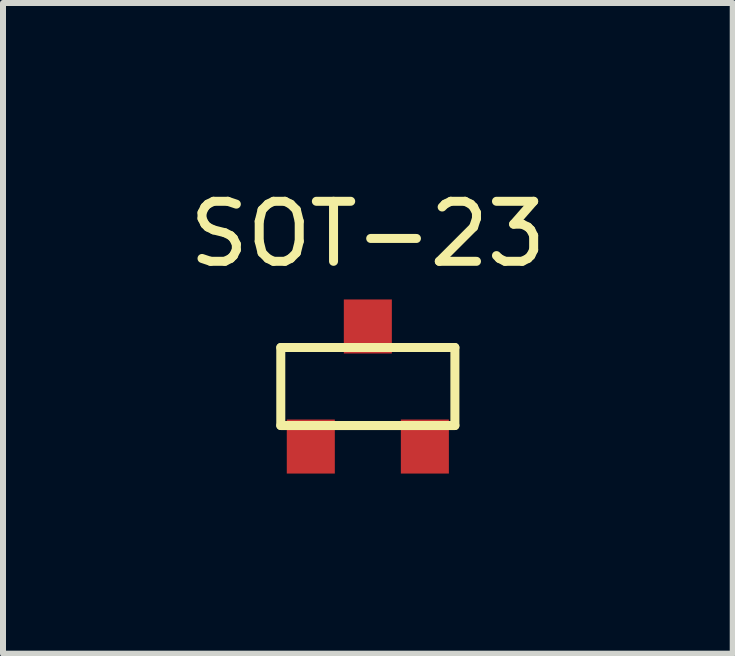
<source format=kicad_pcb>
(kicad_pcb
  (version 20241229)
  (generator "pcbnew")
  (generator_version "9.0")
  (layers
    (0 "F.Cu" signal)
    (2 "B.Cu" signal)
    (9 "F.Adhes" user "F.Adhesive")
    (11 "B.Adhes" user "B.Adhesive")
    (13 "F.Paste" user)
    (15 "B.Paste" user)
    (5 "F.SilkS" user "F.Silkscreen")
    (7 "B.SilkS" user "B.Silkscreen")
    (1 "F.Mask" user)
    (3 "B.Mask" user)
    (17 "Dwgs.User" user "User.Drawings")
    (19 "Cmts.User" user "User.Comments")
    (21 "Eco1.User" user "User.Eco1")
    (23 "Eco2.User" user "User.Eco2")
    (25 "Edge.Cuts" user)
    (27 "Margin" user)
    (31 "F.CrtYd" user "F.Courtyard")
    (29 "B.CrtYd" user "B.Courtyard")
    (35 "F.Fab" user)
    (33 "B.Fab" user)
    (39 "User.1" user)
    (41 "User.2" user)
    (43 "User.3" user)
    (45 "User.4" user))
  (footprint "SOT-23"
    (layer "F.Cu")
    (at 3.077 3.388)
    (property "Reference" "SOT-23" (at 0 -2.54 0) (layer "F.SilkS") (effects (font (size 1 1) (thickness 0.15))))
    (attr through_hole)
    (fp_line (start -1.45 -0.65) (end 1.45 -0.65) (stroke (width 0.15) (type solid)) (layer "F.SilkS"))
    (fp_line (start -1.45 0.65) (end -1.45 -0.65) (stroke (width 0.15) (type solid)) (layer "F.SilkS"))
    (fp_line (start 1.45 -0.65) (end 1.45 0.65) (stroke (width 0.15) (type solid)) (layer "F.SilkS"))
    (fp_line (start 1.45 0.65) (end -1.45 0.65) (stroke (width 0.15) (type solid)) (layer "F.SilkS"))
    (pad "1" smd rect (at -0.95 1) (size 0.8 0.9) (layers "F.Cu" "F.Mask" "F.Paste"))
    (pad "2" smd rect (at 0.95 1) (size 0.8 0.9) (layers "F.Cu" "F.Mask" "F.Paste"))
    (pad "3" smd rect (at 0 -1) (size 0.8 0.9) (layers "F.Cu" "F.Mask" "F.Paste")))
  (gr_rect
    (start -3 -3)
    (end 9.155 7.838)
    (stroke (width 0.1) (type default))
    (fill no)
    (layer "Edge.Cuts")))
</source>
